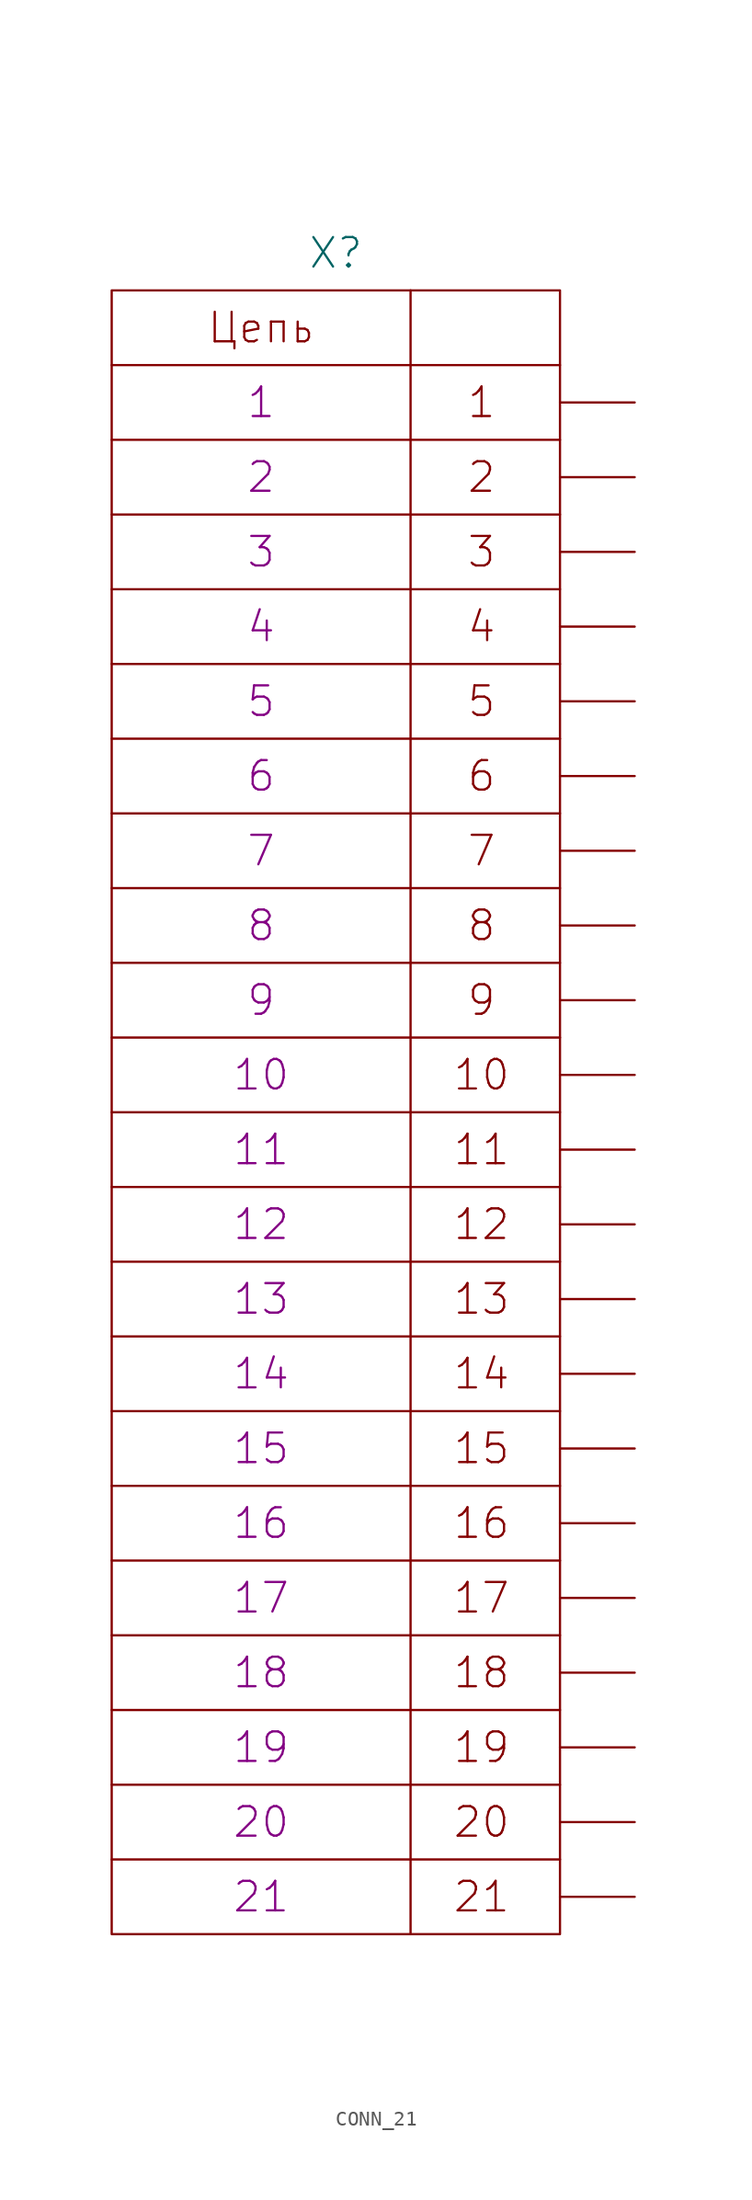
<source format=kicad_sym>
(kicad_symbol_lib
  (version 20231120)
  (generator "kicad_symbol_editor")
  (generator_version "8.0")
  (symbol "CONN_21"
    (pin_numbers hide)
    (pin_names
      (offset 0) hide)
    (property "Reference" "X"
      (at 0 58.42 0)
      (effects (font (size 2.007 2.007))))
    (property "PIN1" "1"
      (at -5.08 48.26 0)
      (effects (font (size 2.007 2.007))))
    (property "PIN2" "2"
      (at -5.08 43.18 0)
      (effects (font (size 2.007 2.007))))
    (property "PIN3" "3"
      (at -5.08 38.1 0)
      (effects (font (size 2.007 2.007))))
    (property "PIN4" "4"
      (at -5.08 33.02 0)
      (effects (font (size 2.007 2.007))))
    (property "PIN5" "5"
      (at -5.08 27.94 0)
      (effects (font (size 2.007 2.007))))
    (property "PIN6" "6"
      (at -5.08 22.86 0)
      (effects (font (size 2.007 2.007))))
    (property "PIN7" "7"
      (at -5.08 17.78 0)
      (effects (font (size 2.007 2.007))))
    (property "PIN8" "8"
      (at -5.08 12.7 0)
      (effects (font (size 2.007 2.007))))
    (property "PIN9" "9"
      (at -5.08 7.62 0)
      (effects (font (size 2.007 2.007))))
    (property "PIN10" "10"
      (at -5.08 2.54 0)
      (effects (font (size 2.007 2.007))))
    (property "PIN11" "11"
      (at -5.08 -2.54 0)
      (effects (font (size 2.007 2.007))))
    (property "PIN12" "12"
      (at -5.08 -7.62 0)
      (effects (font (size 2.007 2.007))))
    (property "PIN13" "13"
      (at -5.08 -12.7 0)
      (effects (font (size 2.007 2.007))))
    (property "PIN14" "14"
      (at -5.08 -17.78 0)
      (effects (font (size 2.007 2.007))))
    (property "PIN15" "15"
      (at -5.08 -22.86 0)
      (effects (font (size 2.007 2.007))))
    (property "PIN16" "16"
      (at -5.08 -27.94 0)
      (effects (font (size 2.007 2.007))))
    (property "PIN17" "17"
      (at -5.08 -33.02 0)
      (effects (font (size 2.007 2.007))))
    (property "PIN18" "18"
      (at -5.08 -38.1 0)
      (effects (font (size 2.007 2.007))))
    (property "PIN19" "19"
      (at -5.08 -43.18 0)
      (effects (font (size 2.007 2.007))))
    (property "PIN20" "20"
      (at -5.08 -48.26 0)
      (effects (font (size 2.007 2.007))))
    (property "PIN21" "21"
      (at -5.08 -53.34 0)
      (effects (font (size 2.007 2.007))))
    (symbol "CONN_21_0_0"
      (polyline (pts (xy -15.24 -50.8) (xy 15.24 -50.8)) (stroke (width 0) (type solid)) (fill (type none)))
      (polyline (pts (xy -15.24 -45.72) (xy 15.24 -45.72)) (stroke (width 0) (type solid)) (fill (type none)))
      (polyline (pts (xy -15.24 -40.64) (xy 15.24 -40.64)) (stroke (width 0) (type solid)) (fill (type none)))
      (polyline (pts (xy -15.24 -35.56) (xy 15.24 -35.56)) (stroke (width 0) (type solid)) (fill (type none)))
      (polyline (pts (xy -15.24 -30.48) (xy 15.24 -30.48)) (stroke (width 0) (type solid)) (fill (type none)))
      (polyline (pts (xy -15.24 -25.4) (xy 15.24 -25.4)) (stroke (width 0) (type solid)) (fill (type none)))
      (polyline (pts (xy -15.24 -20.32) (xy 15.24 -20.32)) (stroke (width 0) (type solid)) (fill (type none)))
      (polyline (pts (xy -15.24 -15.24) (xy 15.24 -15.24)) (stroke (width 0) (type solid)) (fill (type none)))
      (polyline (pts (xy -15.24 -10.16) (xy 15.24 -10.16)) (stroke (width 0) (type solid)) (fill (type none)))
      (polyline (pts (xy -15.24 -5.08) (xy 15.24 -5.08)) (stroke (width 0) (type solid)) (fill (type none)))
      (polyline (pts (xy -15.24 0) (xy 15.24 0)) (stroke (width 0) (type solid)) (fill (type none)))
      (polyline (pts (xy -15.24 5.08) (xy 15.24 5.08)) (stroke (width 0) (type solid)) (fill (type none)))
      (polyline (pts (xy -15.24 10.16) (xy 15.24 10.16)) (stroke (width 0) (type solid)) (fill (type none)))
      (polyline (pts (xy -15.24 15.24) (xy 15.24 15.24)) (stroke (width 0) (type solid)) (fill (type none)))
      (polyline (pts (xy -15.24 20.32) (xy 15.24 20.32)) (stroke (width 0) (type solid)) (fill (type none)))
      (polyline (pts (xy -15.24 25.4) (xy 15.24 25.4)) (stroke (width 0) (type solid)) (fill (type none)))
      (polyline (pts (xy -15.24 30.48) (xy 15.24 30.48)) (stroke (width 0) (type solid)) (fill (type none)))
      (polyline (pts (xy -15.24 35.56) (xy 15.24 35.56)) (stroke (width 0) (type solid)) (fill (type none)))
      (polyline (pts (xy -15.24 40.64) (xy 15.24 40.64)) (stroke (width 0) (type solid)) (fill (type none)))
      (polyline (pts (xy -15.24 45.72) (xy 15.24 45.72)) (stroke (width 0) (type solid)) (fill (type none)))
      (polyline (pts (xy -15.24 50.8) (xy 15.24 50.8)) (stroke (width 0) (type solid)) (fill (type none)))
      (polyline (pts (xy 5.08 55.88) (xy 5.08 -55.88)) (stroke (width 0) (type solid)) (fill (type none)))
      (rectangle (start 15.24 55.88) (end -15.24 -55.88) (stroke (width 0) (type solid)) (fill (type none))))
    (symbol "CONN_21_1_1"
      (text "1" (at 9.906 48.26 0) (effects (font (size 2.007 2.007))))
      (text "10" (at 9.906 2.54 0) (effects (font (size 2.007 2.007))))
      (text "11" (at 9.906 -2.54 0) (effects (font (size 2.007 2.007))))
      (text "12" (at 9.906 -7.62 0) (effects (font (size 2.007 2.007))))
      (text "13" (at 9.906 -12.7 0) (effects (font (size 2.007 2.007))))
      (text "14" (at 9.906 -17.78 0) (effects (font (size 2.007 2.007))))
      (text "15" (at 9.906 -22.86 0) (effects (font (size 2.007 2.007))))
      (text "16" (at 9.906 -27.94 0) (effects (font (size 2.007 2.007))))
      (text "17" (at 9.906 -33.02 0) (effects (font (size 2.007 2.007))))
      (text "18" (at 9.906 -38.1 0) (effects (font (size 2.007 2.007))))
      (text "19" (at 9.906 -43.18 0) (effects (font (size 2.007 2.007))))
      (text "2" (at 9.906 43.18 0) (effects (font (size 2.007 2.007))))
      (text "20" (at 9.906 -48.26 0) (effects (font (size 2.007 2.007))))
      (text "21" (at 9.906 -53.34 0) (effects (font (size 2.007 2.007))))
      (text "3" (at 9.906 38.1 0) (effects (font (size 2.007 2.007))))
      (text "4" (at 9.906 33.02 0) (effects (font (size 2.007 2.007))))
      (text "5" (at 9.906 27.94 0) (effects (font (size 2.007 2.007))))
      (text "6" (at 9.906 22.86 0) (effects (font (size 2.007 2.007))))
      (text "7" (at 9.906 17.78 0) (effects (font (size 2.007 2.007))))
      (text "8" (at 9.906 12.7 0) (effects (font (size 2.007 2.007))))
      (text "9" (at 9.906 7.62 0) (effects (font (size 2.007 2.007))))
      (text "Цепь" (at -5.08 53.34 0) (effects (font (size 2.007 2.007))))
      (pin passive line (at 20.32 48.26 180) (length 5.08) (name "1" (effects (font (size 2.007 2.007)))) (number "1" (effects (font (size 2.007 2.007)))))
      (pin passive line (at 20.32 2.54 180) (length 5.08) (name "10" (effects (font (size 2.007 2.007)))) (number "10" (effects (font (size 2.007 2.007)))))
      (pin passive line (at 20.32 -2.54 180) (length 5.08) (name "11" (effects (font (size 2.007 2.007)))) (number "11" (effects (font (size 2.007 2.007)))))
      (pin passive line (at 20.32 -7.62 180) (length 5.08) (name "12" (effects (font (size 2.007 2.007)))) (number "12" (effects (font (size 2.007 2.007)))))
      (pin passive line (at 20.32 -12.7 180) (length 5.08) (name "13" (effects (font (size 2.007 2.007)))) (number "13" (effects (font (size 2.007 2.007)))))
      (pin passive line (at 20.32 -17.78 180) (length 5.08) (name "14" (effects (font (size 2.007 2.007)))) (number "14" (effects (font (size 2.007 2.007)))))
      (pin passive line (at 20.32 -22.86 180) (length 5.08) (name "15" (effects (font (size 2.007 2.007)))) (number "15" (effects (font (size 2.007 2.007)))))
      (pin passive line (at 20.32 -27.94 180) (length 5.08) (name "16" (effects (font (size 2.007 2.007)))) (number "16" (effects (font (size 2.007 2.007)))))
      (pin passive line (at 20.32 -33.02 180) (length 5.08) (name "17" (effects (font (size 2.007 2.007)))) (number "17" (effects (font (size 2.007 2.007)))))
      (pin passive line (at 20.32 -38.1 180) (length 5.08) (name "18" (effects (font (size 2.007 2.007)))) (number "18" (effects (font (size 2.007 2.007)))))
      (pin passive line (at 20.32 -43.18 180) (length 5.08) (name "19" (effects (font (size 2.007 2.007)))) (number "19" (effects (font (size 2.007 2.007)))))
      (pin passive line (at 20.32 43.18 180) (length 5.08) (name "2" (effects (font (size 2.007 2.007)))) (number "2" (effects (font (size 2.007 2.007)))))
      (pin passive line (at 20.32 -48.26 180) (length 5.08) (name "20" (effects (font (size 2.007 2.007)))) (number "20" (effects (font (size 2.007 2.007)))))
      (pin passive line (at 20.32 -53.34 180) (length 5.08) (name "21" (effects (font (size 2.007 2.007)))) (number "21" (effects (font (size 2.007 2.007)))))
      (pin passive line (at 20.32 38.1 180) (length 5.08) (name "3" (effects (font (size 2.007 2.007)))) (number "3" (effects (font (size 2.007 2.007)))))
      (pin passive line (at 20.32 33.02 180) (length 5.08) (name "4" (effects (font (size 2.007 2.007)))) (number "4" (effects (font (size 2.007 2.007)))))
      (pin passive line (at 20.32 27.94 180) (length 5.08) (name "5" (effects (font (size 2.007 2.007)))) (number "5" (effects (font (size 2.007 2.007)))))
      (pin passive line (at 20.32 22.86 180) (length 5.08) (name "6" (effects (font (size 2.007 2.007)))) (number "6" (effects (font (size 2.007 2.007)))))
      (pin passive line (at 20.32 17.78 180) (length 5.08) (name "7" (effects (font (size 2.007 2.007)))) (number "7" (effects (font (size 2.007 2.007)))))
      (pin passive line (at 20.32 12.7 180) (length 5.08) (name "8" (effects (font (size 2.007 2.007)))) (number "8" (effects (font (size 2.007 2.007)))))
      (pin passive line (at 20.32 7.62 180) (length 5.08) (name "9" (effects (font (size 2.007 2.007)))) (number "9" (effects (font (size 2.007 2.007))))))))
</source>
